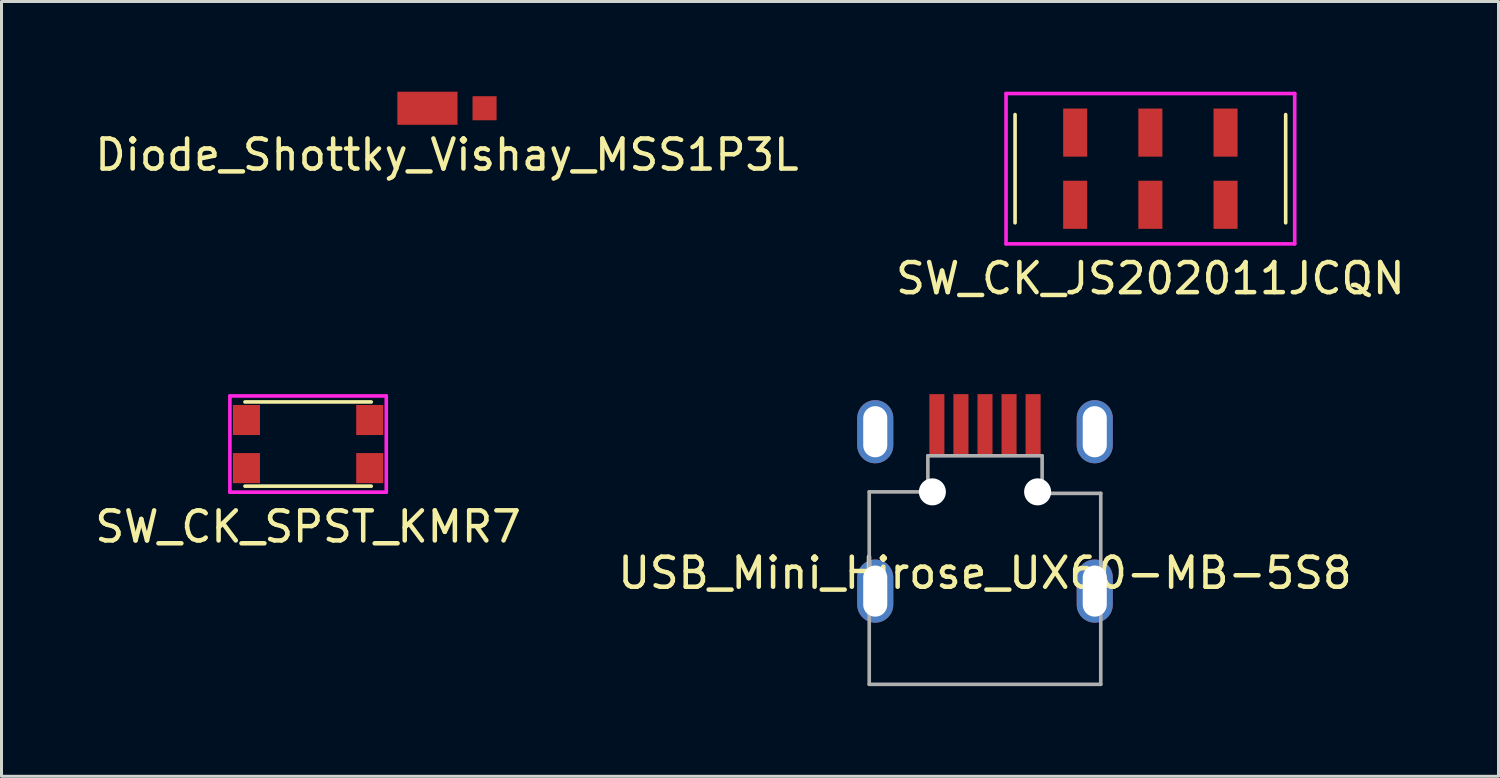
<source format=kicad_pcb>
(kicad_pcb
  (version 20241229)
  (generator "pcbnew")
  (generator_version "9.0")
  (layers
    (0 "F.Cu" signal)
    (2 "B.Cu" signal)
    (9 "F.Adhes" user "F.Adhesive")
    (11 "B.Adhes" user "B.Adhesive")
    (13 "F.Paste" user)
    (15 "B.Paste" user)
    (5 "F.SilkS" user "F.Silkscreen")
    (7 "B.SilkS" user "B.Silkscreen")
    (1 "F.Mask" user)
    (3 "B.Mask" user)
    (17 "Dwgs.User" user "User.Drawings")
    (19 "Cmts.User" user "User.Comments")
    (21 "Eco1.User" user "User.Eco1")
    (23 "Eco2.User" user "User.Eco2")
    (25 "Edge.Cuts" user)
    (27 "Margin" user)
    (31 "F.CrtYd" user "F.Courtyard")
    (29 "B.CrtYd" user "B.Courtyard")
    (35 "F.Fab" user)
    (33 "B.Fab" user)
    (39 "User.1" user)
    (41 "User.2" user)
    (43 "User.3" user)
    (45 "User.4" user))
  (footprint "SW_CK_SPST_KMR7"
    (layer "F.Cu")
    (at 7.196 11.718)
    (property "Reference" "SW_CK_SPST_KMR7" (at 0 2.75 0) (layer "F.SilkS") (effects (font (size 1 1) (thickness 0.15))))
    (attr through_hole)
    (fp_line (start -2.1 -1.4) (end 2.1 -1.4) (stroke (width 0.12) (type solid)) (layer "F.SilkS"))
    (fp_line (start -2.1 1.4) (end 2.1 1.4) (stroke (width 0.12) (type solid)) (layer "F.SilkS"))
    (fp_line (start -2.6 -1.6) (end -2.6 1.6) (stroke (width 0.12) (type solid)) (layer "F.CrtYd"))
    (fp_line (start -2.6 1.6) (end 2.6 1.6) (stroke (width 0.12) (type solid)) (layer "F.CrtYd"))
    (fp_line (start 2.6 -1.6) (end -2.6 -1.6) (stroke (width 0.12) (type solid)) (layer "F.CrtYd"))
    (fp_line (start 2.6 1.6) (end 2.6 -1.6) (stroke (width 0.12) (type solid)) (layer "F.CrtYd"))
    (pad "1" smd rect (at -2.05 -0.8) (size 0.9 1) (layers "F.Cu" "F.Mask" "F.Paste"))
    (pad "1" smd rect (at 2.05 -0.8) (size 0.9 1) (layers "F.Cu" "F.Mask" "F.Paste"))
    (pad "2" smd rect (at -2.05 0.8) (size 0.9 1) (layers "F.Cu" "F.Mask" "F.Paste"))
    (pad "2" smd rect (at 2.05 0.8) (size 0.9 1) (layers "F.Cu" "F.Mask" "F.Paste")))
  (footprint "USB_Mini_Hirose_UX60-MB-5S8"
    (layer "F.Cu")
    (at 29.708 13.958)
    (property "Reference" "USB_Mini_Hirose_UX60-MB-5S8" (at 0 2.05 0) (layer "F.SilkS") (effects (font (size 1 1) (thickness 0.15))))
    (attr through_hole)
    (fp_line (start -3.85 -0.65) (end -1.9 -0.65) (stroke (width 0.12) (type solid)) (layer "F.Fab"))
    (fp_line (start -3.85 5.75) (end -3.85 -0.65) (stroke (width 0.12) (type solid)) (layer "F.Fab"))
    (fp_line (start -1.9 -1.85) (end 1.9 -1.85) (stroke (width 0.12) (type solid)) (layer "F.Fab"))
    (fp_line (start -1.9 -0.65) (end -1.9 -1.85) (stroke (width 0.12) (type solid)) (layer "F.Fab"))
    (fp_line (start 1.9 -1.85) (end 1.9 -0.6) (stroke (width 0.12) (type solid)) (layer "F.Fab"))
    (fp_line (start 3.85 -0.6) (end 1.9 -0.6) (stroke (width 0.12) (type solid)) (layer "F.Fab"))
    (fp_line (start 3.85 -0.6) (end 3.85 5.75) (stroke (width 0.12) (type solid)) (layer "F.Fab"))
    (fp_line (start 3.85 5.75) (end -3.85 5.75) (stroke (width 0.12) (type solid)) (layer "F.Fab"))
    (pad "" np_thru_hole circle (at -1.75 -0.65) (size 0.9 0.9) (drill 0.9) (layers "*.Cu" "*.Mask"))
    (pad "" np_thru_hole circle (at 1.75 -0.65) (size 0.9 0.9) (drill 0.9) (layers "*.Cu" "*.Mask"))
    (pad "1" smd rect (at -1.6 -2.9) (size 0.5 2) (layers "F.Cu" "F.Mask" "F.Paste"))
    (pad "2" smd rect (at -0.8 -2.9) (size 0.5 2) (layers "F.Cu" "F.Mask" "F.Paste"))
    (pad "3" smd rect (at 0 -2.9) (size 0.5 2) (layers "F.Cu" "F.Mask" "F.Paste"))
    (pad "4" smd rect (at 0.8 -2.9) (size 0.5 2) (layers "F.Cu" "F.Mask" "F.Paste"))
    (pad "5" smd rect (at 1.6 -2.9) (size 0.5 2) (layers "F.Cu" "F.Mask" "F.Paste"))
    (pad "6" thru_hole oval (at -3.65 -2.65) (size 1.2 2.1) (drill oval 0.8 1.7) (layers "*.Cu" "*.Mask"))
    (pad "6" thru_hole oval (at -3.65 2.65) (size 1.2 2.1) (drill oval 0.8 1.7) (layers "*.Cu" "*.Mask"))
    (pad "6" thru_hole oval (at 3.65 -2.65) (size 1.2 2.1) (drill oval 0.8 1.7) (layers "*.Cu" "*.Mask"))
    (pad "6" thru_hole oval (at 3.65 2.65) (size 1.2 2.1) (drill oval 0.8 1.7) (layers "*.Cu" "*.Mask")))
  (footprint "Diode_Shottky_Vishay_MSS1P3L"
    (layer "F.Cu")
    (at 11.815 0.55)
    (property "Reference" "Diode_Shottky_Vishay_MSS1P3L" (at 0 1.55 0) (layer "F.SilkS") (effects (font (size 1 1) (thickness 0.15))))
    (attr through_hole)
    (pad "1" smd rect (at 1.25 0) (size 0.8 0.8) (layers "F.Cu" "F.Mask" "F.Paste"))
    (pad "2" smd rect (at -0.65 0) (size 2 1.1) (layers "F.Cu" "F.Mask" "F.Paste")))
  (footprint "SW_CK_JS202011JCQN"
    (layer "F.Cu")
    (at 35.208 2.56)
    (property "Reference" "SW_CK_JS202011JCQN" (at 0 3.65 0) (layer "F.SilkS") (effects (font (size 1 1) (thickness 0.15))))
    (attr through_hole)
    (fp_line (start -4.5 -1.8) (end -4.5 1.8) (stroke (width 0.12) (type solid)) (layer "F.SilkS"))
    (fp_line (start 4.5 -1.8) (end 4.5 1.8) (stroke (width 0.12) (type solid)) (layer "F.SilkS"))
    (fp_line (start -4.8 -2.5) (end -4.8 2.5) (stroke (width 0.12) (type solid)) (layer "F.CrtYd"))
    (fp_line (start -4.8 -2.5) (end 4.8 -2.5) (stroke (width 0.12) (type solid)) (layer "F.CrtYd"))
    (fp_line (start 4.8 -2.5) (end 4.8 2.5) (stroke (width 0.12) (type solid)) (layer "F.CrtYd"))
    (fp_line (start 4.8 2.5) (end -4.8 2.5) (stroke (width 0.12) (type solid)) (layer "F.CrtYd"))
    (pad "1" smd rect (at -2.5 -1.2) (size 0.8 1.6) (layers "F.Cu" "F.Mask" "F.Paste"))
    (pad "2" smd rect (at 0 -1.2) (size 0.8 1.6) (layers "F.Cu" "F.Mask" "F.Paste"))
    (pad "3" smd rect (at 2.5 -1.2) (size 0.8 1.6) (layers "F.Cu" "F.Mask" "F.Paste"))
    (pad "4" smd rect (at -2.5 1.2) (size 0.8 1.6) (layers "F.Cu" "F.Mask" "F.Paste"))
    (pad "5" smd rect (at 0 1.2) (size 0.8 1.6) (layers "F.Cu" "F.Mask" "F.Paste"))
    (pad "6" smd rect (at 2.5 1.2) (size 0.8 1.6) (layers "F.Cu" "F.Mask" "F.Paste")))
  (gr_rect
    (start -3 -3)
    (end 46.786 22.768)
    (stroke (width 0.1) (type default))
    (fill no)
    (layer "Edge.Cuts")))
</source>
